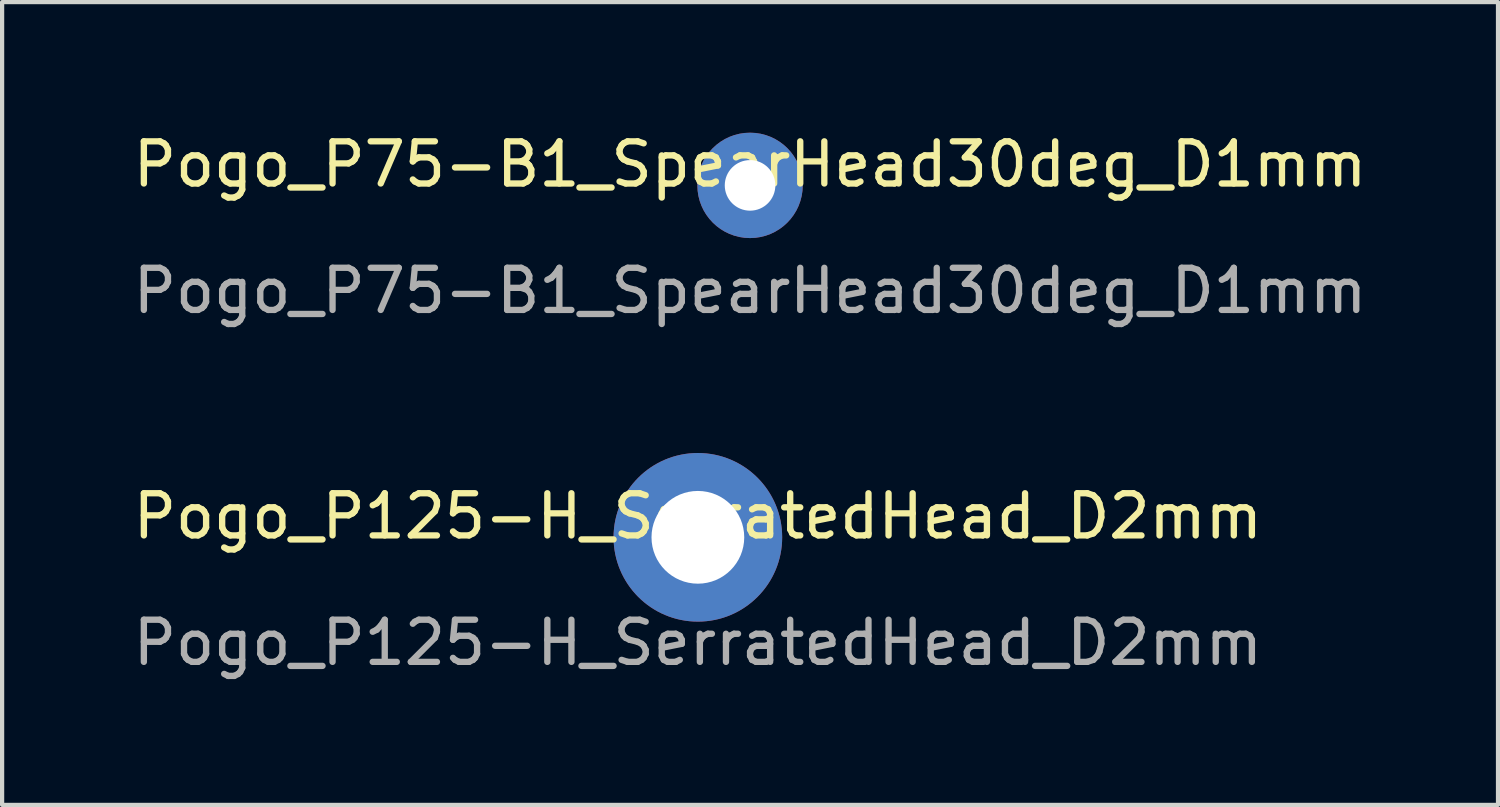
<source format=kicad_pcb>
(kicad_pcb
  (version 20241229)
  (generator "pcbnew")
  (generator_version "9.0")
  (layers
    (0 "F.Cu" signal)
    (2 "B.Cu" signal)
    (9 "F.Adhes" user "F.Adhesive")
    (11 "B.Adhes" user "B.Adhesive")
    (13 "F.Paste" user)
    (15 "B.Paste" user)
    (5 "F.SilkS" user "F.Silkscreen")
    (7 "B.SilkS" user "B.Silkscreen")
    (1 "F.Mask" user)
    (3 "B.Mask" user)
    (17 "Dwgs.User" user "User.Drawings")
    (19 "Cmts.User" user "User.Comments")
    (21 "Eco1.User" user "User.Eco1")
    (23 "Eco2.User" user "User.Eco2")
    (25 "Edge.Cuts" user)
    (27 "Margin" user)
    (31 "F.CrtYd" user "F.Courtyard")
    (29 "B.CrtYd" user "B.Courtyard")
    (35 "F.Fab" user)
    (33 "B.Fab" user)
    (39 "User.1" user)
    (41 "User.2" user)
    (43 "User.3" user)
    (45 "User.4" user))
  (footprint "Pogo_P75-B1_SpearHead30deg_D1mm"
    (layer "F.Cu")
    (at 14.744 1.348)
    (property "Reference" "Pogo_P75-B1_SpearHead30deg_D1mm" (at 0 -0.5 0) (unlocked yes) (layer "F.SilkS") (effects (font (size 1 1) (thickness 0.15))))
    (attr through_hole)
    (fp_text user "${REFERENCE}" (at 0 2.5 0) (unlocked yes) (layer "F.Fab") (effects (font (size 1 1) (thickness 0.15))))
    (pad "1" thru_hole circle (at 0 0) (size 2.5 2.5) (drill 1.2) (layers "*.Cu" "*.Mask")))
  (footprint "Pogo_P125-H_SerratedHead_D2mm"
    (layer "F.Cu")
    (at 13.506 9.697)
    (property "Reference" "Pogo_P125-H_SerratedHead_D2mm" (at 0 -0.5 0) (unlocked yes) (layer "F.SilkS") (effects (font (size 1 1) (thickness 0.15))))
    (attr through_hole)
    (fp_text user "${REFERENCE}" (at 0 2.5 0) (unlocked yes) (layer "F.Fab") (effects (font (size 1 1) (thickness 0.15))))
    (pad "1" thru_hole circle (at 0 0) (size 4 4) (drill 2.2) (layers "*.Cu" "*.Mask")))
  (gr_rect
    (start -3 -3)
    (end 32.488 16.045)
    (stroke (width 0.1) (type default))
    (fill no)
    (layer "Edge.Cuts")))
</source>
